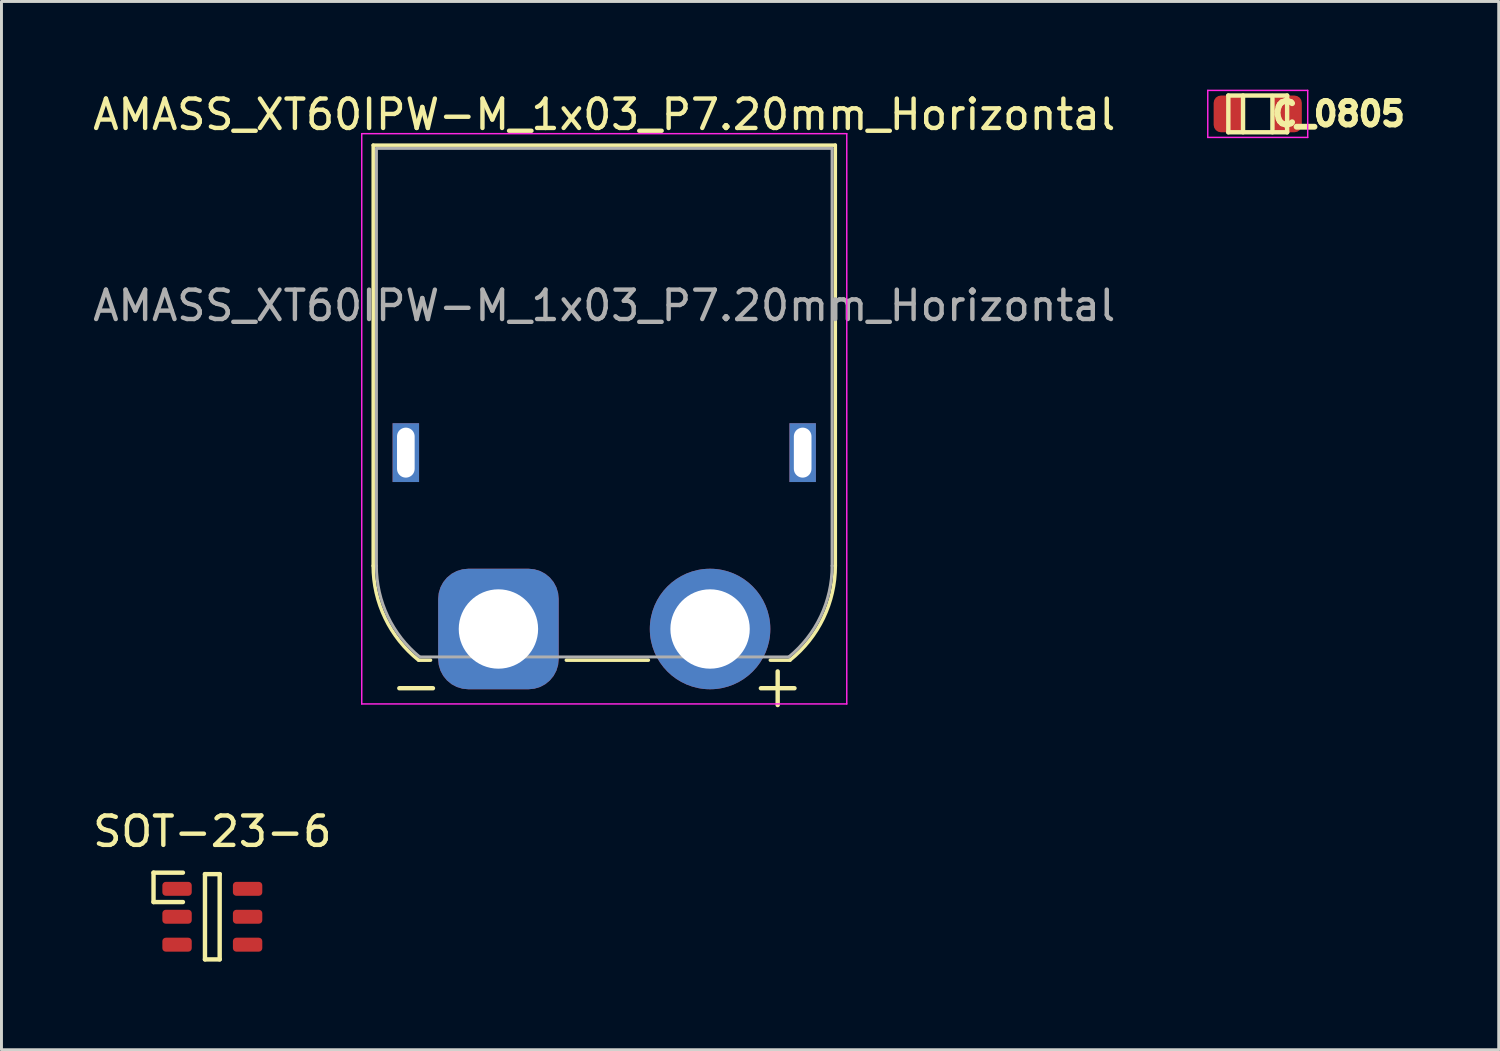
<source format=kicad_pcb>
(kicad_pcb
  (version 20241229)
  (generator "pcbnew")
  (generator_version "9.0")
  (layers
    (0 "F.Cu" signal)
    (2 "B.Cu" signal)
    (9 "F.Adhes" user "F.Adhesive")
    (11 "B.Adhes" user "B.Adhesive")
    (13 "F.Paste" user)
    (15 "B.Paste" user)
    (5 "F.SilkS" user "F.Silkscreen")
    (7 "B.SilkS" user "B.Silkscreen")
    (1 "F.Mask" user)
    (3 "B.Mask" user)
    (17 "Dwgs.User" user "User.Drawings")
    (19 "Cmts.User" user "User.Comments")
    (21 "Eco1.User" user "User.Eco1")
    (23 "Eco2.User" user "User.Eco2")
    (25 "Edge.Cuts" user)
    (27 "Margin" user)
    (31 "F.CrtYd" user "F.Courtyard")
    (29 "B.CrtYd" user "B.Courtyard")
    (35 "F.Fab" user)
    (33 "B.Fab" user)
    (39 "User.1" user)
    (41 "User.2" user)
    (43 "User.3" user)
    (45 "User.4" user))
  (footprint "AMASS_XT60IPW-M_1x03_P7.20mm_Horizontal"
    (layer "F.Cu")
    (at 13.906 18.348)
    (property "Reference" "AMASS_XT60IPW-M_1x03_P7.20mm_Horizontal" (at 3.6 -17.5 0) (layer "F.SilkS") (effects (font (size 1 1) (thickness 0.15))))
    (attr through_hole)
    (fp_line (start -4.26 -16.46) (end -4.26 -2.15) (stroke (width 0.12) (type solid)) (layer "F.SilkS"))
    (fp_line (start -4.26 -16.46) (end 11.46 -16.46) (stroke (width 0.12) (type solid)) (layer "F.SilkS"))
    (fp_line (start -2.71 1.06) (end -2.31 1.06) (stroke (width 0.12) (type solid)) (layer "F.SilkS"))
    (fp_line (start 2.31 1.06) (end 5.1 1.06) (stroke (width 0.12) (type solid)) (layer "F.SilkS"))
    (fp_line (start 9.25 1.06) (end 9.92 1.06) (stroke (width 0.12) (type solid)) (layer "F.SilkS"))
    (fp_line (start 11.46 -16.46) (end 11.46 -2.15) (stroke (width 0.12) (type solid)) (layer "F.SilkS"))
    (fp_arc (start -2.718715 1.058395) (mid -3.854694 -0.370298) (end -4.26 -2.15) (stroke (width 0.12) (type solid)) (layer "F.SilkS"))
    (fp_arc (start 11.46 -2.15) (mid 11.05498 -0.370894) (end 9.919747 1.057569) (stroke (width 0.12) (type solid)) (layer "F.SilkS"))
    (fp_line (start -4.65 -16.85) (end -4.65 2.55) (stroke (width 0.05) (type solid)) (layer "F.CrtYd"))
    (fp_line (start -4.65 -16.85) (end 11.85 -16.85) (stroke (width 0.05) (type solid)) (layer "F.CrtYd"))
    (fp_line (start 11.85 -16.85) (end 11.85 2.55) (stroke (width 0.05) (type solid)) (layer "F.CrtYd"))
    (fp_line (start 11.85 2.55) (end -4.65 2.55) (stroke (width 0.05) (type solid)) (layer "F.CrtYd"))
    (fp_line (start -4.15 -16.35) (end -4.15 -2.15) (stroke (width 0.1) (type solid)) (layer "F.Fab"))
    (fp_line (start -4.15 -16.35) (end 11.35 -16.35) (stroke (width 0.1) (type solid)) (layer "F.Fab"))
    (fp_line (start -2.67 0.95) (end 9.88 0.95) (stroke (width 0.1) (type solid)) (layer "F.Fab"))
    (fp_line (start 11.35 -16.35) (end 11.35 -2.15) (stroke (width 0.1) (type solid)) (layer "F.Fab"))
    (fp_arc (start -2.678117 0.949778) (mid -3.763341 -0.434259) (end -4.15 -2.15) (stroke (width 0.1) (type solid)) (layer "F.Fab"))
    (fp_arc (start 11.35 -2.15) (mid 10.963341 -0.434259) (end 9.878117 0.949778) (stroke (width 0.1) (type solid)) (layer "F.Fab"))
    (fp_text user "+" (at 9.5 1.9 0) (layer "F.SilkS") (effects (font (size 1.5 1.5) (thickness 0.15))))
    (fp_text user "-" (at -2.8 1.9 0) (layer "F.SilkS") (effects (font (size 1.5 1.5) (thickness 0.15))))
    (fp_text user "${REFERENCE}" (at 3.6 -11 0) (layer "F.Fab") (effects (font (size 1 1) (thickness 0.15))))
    (pad "" thru_hole rect (at -3.15 -6) (size 0.9 2) (drill oval 0.6 1.7) (layers "*.Cu" "*.Mask"))
    (pad "" thru_hole rect (at 10.35 -6) (size 0.9 2) (drill oval 0.6 1.7) (layers "*.Cu" "*.Mask"))
    (pad "1" thru_hole roundrect (at 0 0) (size 4.1 4.1) (drill 2.7) (layers "*.Cu" "*.Mask") (roundrect_rratio 0.25))
    (pad "2" thru_hole circle (at 7.2 0) (size 4.1 4.1) (drill 2.7) (layers "*.Cu" "*.Mask")))
  (footprint "C_0805"
    (layer "F.Cu")
    (at 39.737 0.825)
    (property "Reference" "C_0805" (at 2.75 0 0) (layer "F.SilkS") (effects (font (size 0.8 0.8) (thickness 0.2))))
    (attr smd)
    (fp_line (start -1 -0.625) (end -1 0.625) (stroke (width 0.15) (type solid)) (layer "F.SilkS"))
    (fp_line (start -1 0.625) (end 1 0.625) (stroke (width 0.15) (type solid)) (layer "F.SilkS"))
    (fp_line (start -0.5 -0.625) (end -0.5 0.625) (stroke (width 0.15) (type solid)) (layer "F.SilkS"))
    (fp_line (start 0.5 -0.61) (end 0.5 0.625) (stroke (width 0.15) (type solid)) (layer "F.SilkS"))
    (fp_line (start 1 -0.625) (end -1 -0.625) (stroke (width 0.15) (type solid)) (layer "F.SilkS"))
    (fp_line (start 1 0.625) (end 1 -0.625) (stroke (width 0.15) (type solid)) (layer "F.SilkS"))
    (fp_line (start -1.7 -0.8) (end -1.7 0.8) (stroke (width 0.05) (type solid)) (layer "F.CrtYd"))
    (fp_line (start -1.7 -0.8) (end 1.7 -0.8) (stroke (width 0.05) (type solid)) (layer "F.CrtYd"))
    (fp_line (start -1.7 0.8) (end 1.7 0.8) (stroke (width 0.05) (type solid)) (layer "F.CrtYd"))
    (fp_line (start 1.7 -0.8) (end 1.7 0.8) (stroke (width 0.05) (type solid)) (layer "F.CrtYd"))
    (pad "1" smd roundrect (at -1 0) (size 1 1.25) (layers "F.Cu" "F.Mask" "F.Paste") (roundrect_rratio 0.25))
    (pad "2" smd roundrect (at 1 0) (size 1 1.25) (layers "F.Cu" "F.Mask" "F.Paste") (roundrect_rratio 0.25)))
  (footprint "SOT-23-6"
    (layer "F.Cu")
    (at 4.173 28.137)
    (property "Reference" "SOT-23-6" (at 0 -2.9 0) (layer "F.SilkS") (effects (font (size 1 1) (thickness 0.15))))
    (attr smd)
    (fp_line (start -2 -1.5) (end -2 -0.5) (stroke (width 0.15) (type solid)) (layer "F.SilkS"))
    (fp_line (start -2 -0.5) (end -1 -0.5) (stroke (width 0.15) (type solid)) (layer "F.SilkS"))
    (fp_line (start -1 -1.5) (end -2 -1.5) (stroke (width 0.15) (type solid)) (layer "F.SilkS"))
    (fp_line (start -0.25 -1.45) (end -0.25 1.45) (stroke (width 0.15) (type solid)) (layer "F.SilkS"))
    (fp_line (start -0.25 1.45) (end 0.25 1.45) (stroke (width 0.15) (type solid)) (layer "F.SilkS"))
    (fp_line (start 0.25 -1.45) (end -0.25 -1.45) (stroke (width 0.15) (type solid)) (layer "F.SilkS"))
    (fp_line (start 0.25 1.45) (end 0.25 -1.45) (stroke (width 0.15) (type solid)) (layer "F.SilkS"))
    (pad "1" smd roundrect (at -1.2 -0.95) (size 1 0.475) (layers "F.Cu" "F.Mask" "F.Paste") (roundrect_rratio 0.25))
    (pad "2" smd roundrect (at -1.2 0) (size 1 0.475) (layers "F.Cu" "F.Mask" "F.Paste") (roundrect_rratio 0.25))
    (pad "3" smd roundrect (at -1.2 0.95) (size 1 0.475) (layers "F.Cu" "F.Mask" "F.Paste") (roundrect_rratio 0.25))
    (pad "4" smd roundrect (at 1.2 0.95) (size 1 0.475) (layers "F.Cu" "F.Mask" "F.Paste") (roundrect_rratio 0.25))
    (pad "5" smd roundrect (at 1.2 0) (size 1 0.475) (layers "F.Cu" "F.Mask" "F.Paste") (roundrect_rratio 0.25))
    (pad "6" smd roundrect (at 1.2 -0.95) (size 1 0.475) (layers "F.Cu" "F.Mask" "F.Paste") (roundrect_rratio 0.25)))
  (gr_rect
    (start -3 -3)
    (end 47.935 32.662)
    (stroke (width 0.1) (type default))
    (fill no)
    (layer "Edge.Cuts")))
</source>
